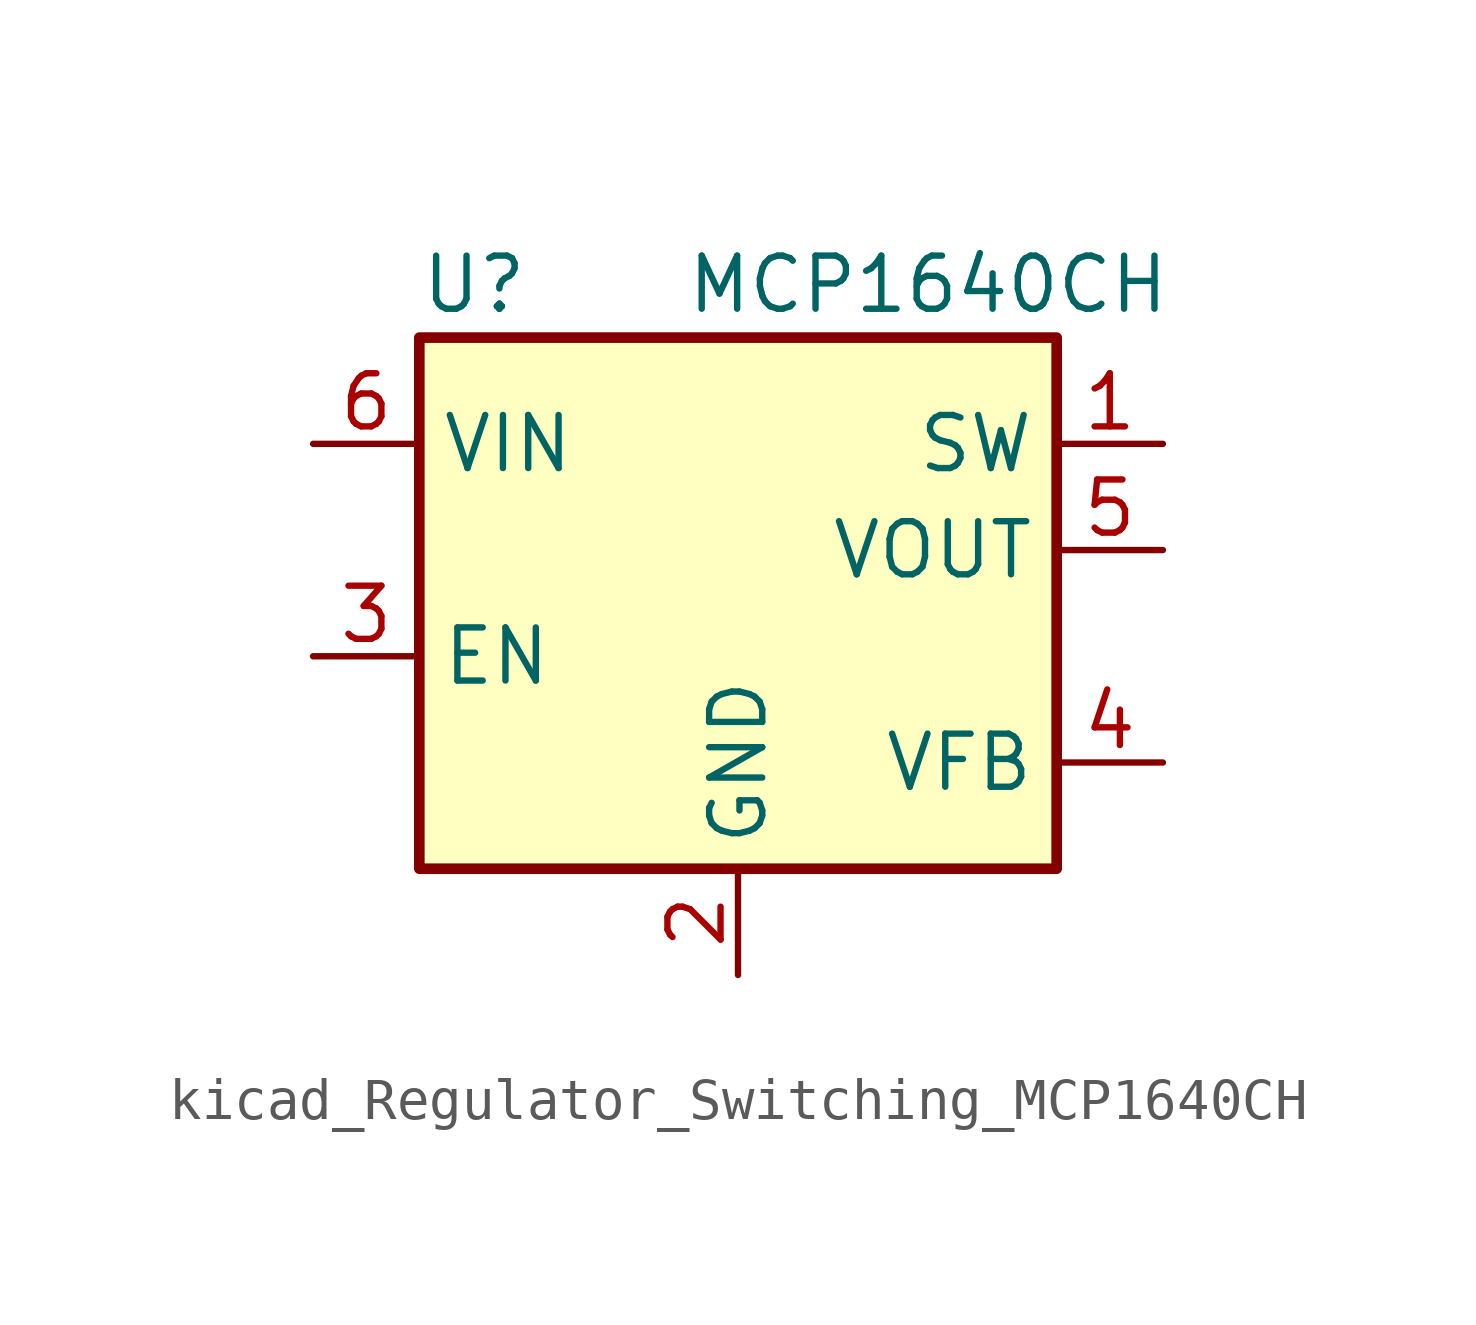
<source format=kicad_sym>
(kicad_symbol_lib
  (version 20220914)
  (generator kicad_symbol_editor)
  (symbol "kicad_Regulator_Switching_MCP1640CH"
    (property "Reference" "U"
      (at -7.62 8.89 0)
      (effects (font (size 1.27 1.27)) (justify left)))
    (property "Value" "MCP1640CH"
      (at -1.27 8.89 0)
      (effects (font (size 1.27 1.27)) (justify left)))
    (symbol "kicad_Regulator_Switching_MCP1640CH_0_1"
      (rectangle (start -7.62 7.62) (end 7.62 -5.08) (stroke (width 0.254) (type default)) (fill (type background))))
    (symbol "kicad_Regulator_Switching_MCP1640CH_1_1"
      (pin input line (at 10.16 5.08 180) (length 2.54) (name "SW" (effects (font (size 1.27 1.27)))) (number "1" (effects (font (size 1.27 1.27)))))
      (pin power_in line (at 0 -7.62 90) (length 2.54) (name "GND" (effects (font (size 1.27 1.27)))) (number "2" (effects (font (size 1.27 1.27)))))
      (pin input line (at -10.16 0 0) (length 2.54) (name "EN" (effects (font (size 1.27 1.27)))) (number "3" (effects (font (size 1.27 1.27)))))
      (pin input line (at 10.16 -2.54 180) (length 2.54) (name "VFB" (effects (font (size 1.27 1.27)))) (number "4" (effects (font (size 1.27 1.27)))))
      (pin power_out line (at 10.16 2.54 180) (length 2.54) (name "VOUT" (effects (font (size 1.27 1.27)))) (number "5" (effects (font (size 1.27 1.27)))))
      (pin power_in line (at -10.16 5.08 0) (length 2.54) (name "VIN" (effects (font (size 1.27 1.27)))) (number "6" (effects (font (size 1.27 1.27))))))))
</source>
